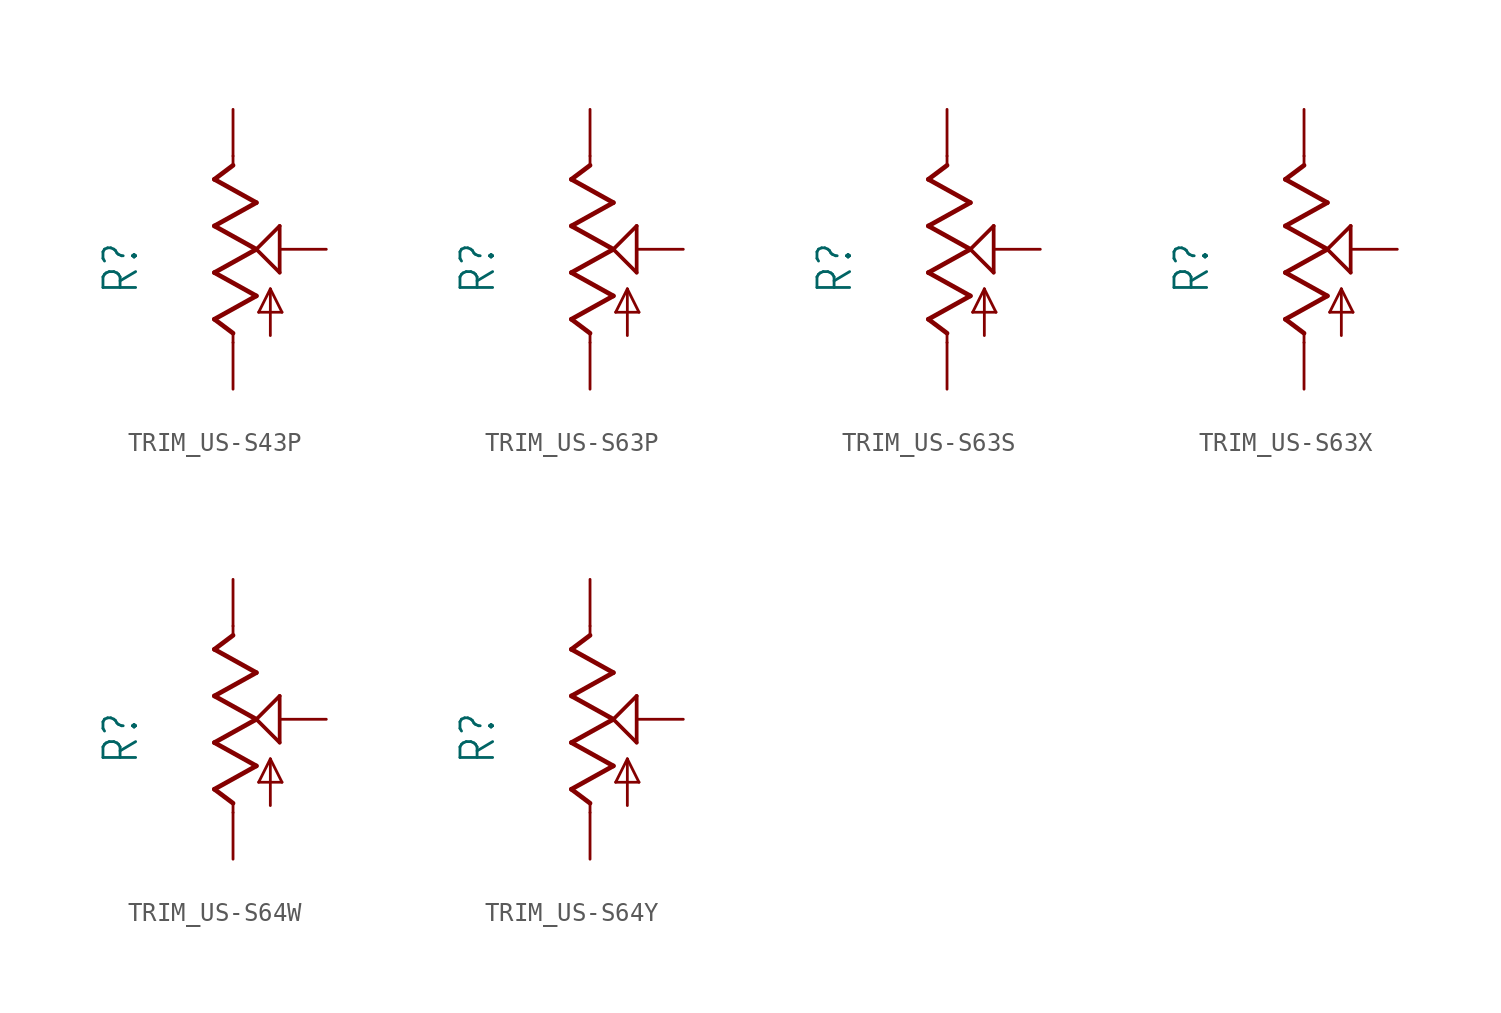
<source format=kicad_sym>
(kicad_symbol_lib
  (version 20231120)
  (generator "kicad_symbol_editor")
  (generator_version "8.0")
  (symbol "TRIM_US-S43P"
    (property "Reference" "R"
      (at -5.08 -2.54 90)
      (effects (font (size 1.778 1.511)) (justify left bottom)))
    (property "Value" ""
      (at -2.54 -2.54 90)
      (effects (font (size 1.778 1.511)) (justify left bottom)))
    (property "ki_locked" ""
      (at 0 0 0)
      (effects (font (size 1.27 1.27))))
    (symbol "TRIM_US-S43P_1_0"
      (polyline (pts (xy -1.016 -3.81) (xy 1.27 -2.54)) (stroke (width 0.254) (type solid)) (fill (type none)))
      (polyline (pts (xy -1.016 -1.27) (xy 1.27 0)) (stroke (width 0.254) (type solid)) (fill (type none)))
      (polyline (pts (xy -1.016 1.27) (xy 1.27 2.54)) (stroke (width 0.254) (type solid)) (fill (type none)))
      (polyline (pts (xy -1.016 3.81) (xy 0 4.572)) (stroke (width 0.254) (type solid)) (fill (type none)))
      (polyline (pts (xy 0 -5.08) (xy 0 -4.572)) (stroke (width 0.152) (type solid)) (fill (type none)))
      (polyline (pts (xy 0 -4.572) (xy -1.016 -3.81)) (stroke (width 0.254) (type solid)) (fill (type none)))
      (polyline (pts (xy 0 4.572) (xy 0 5.08)) (stroke (width 0.152) (type solid)) (fill (type none)))
      (polyline (pts (xy 1.27 -2.54) (xy -1.016 -1.27)) (stroke (width 0.254) (type solid)) (fill (type none)))
      (polyline (pts (xy 1.27 0) (xy -1.016 1.27)) (stroke (width 0.254) (type solid)) (fill (type none)))
      (polyline (pts (xy 1.27 0) (xy 2.54 1.27)) (stroke (width 0.203) (type solid)) (fill (type none)))
      (polyline (pts (xy 1.27 2.54) (xy -1.016 3.81)) (stroke (width 0.254) (type solid)) (fill (type none)))
      (polyline (pts (xy 1.397 -3.429) (xy 2.032 -2.159)) (stroke (width 0.152) (type solid)) (fill (type none)))
      (polyline (pts (xy 2.032 -4.699) (xy 2.032 -2.159)) (stroke (width 0.152) (type solid)) (fill (type none)))
      (polyline (pts (xy 2.032 -2.159) (xy 2.667 -3.429)) (stroke (width 0.152) (type solid)) (fill (type none)))
      (polyline (pts (xy 2.54 -1.27) (xy 1.27 0)) (stroke (width 0.203) (type solid)) (fill (type none)))
      (polyline (pts (xy 2.54 1.27) (xy 2.54 -1.27)) (stroke (width 0.203) (type solid)) (fill (type none)))
      (polyline (pts (xy 2.667 -3.429) (xy 1.397 -3.429)) (stroke (width 0.152) (type solid)) (fill (type none)))
      (pin passive line (at 0 -7.62 90) (length 2.54) (name "A" (effects (font (size 0 0)))) (number "A" (effects (font (size 0 0)))))
      (pin passive line (at 0 7.62 270) (length 2.54) (name "E" (effects (font (size 0 0)))) (number "E" (effects (font (size 0 0)))))
      (pin passive line (at 5.08 0 180) (length 2.54) (name "S" (effects (font (size 0 0)))) (number "S" (effects (font (size 0 0)))))))
  (symbol "TRIM_US-S63P"
    (property "Reference" "R"
      (at -5.08 -2.54 90)
      (effects (font (size 1.778 1.511)) (justify left bottom)))
    (property "Value" ""
      (at -2.54 -2.54 90)
      (effects (font (size 1.778 1.511)) (justify left bottom)))
    (property "ki_locked" ""
      (at 0 0 0)
      (effects (font (size 1.27 1.27))))
    (symbol "TRIM_US-S63P_1_0"
      (polyline (pts (xy -1.016 -3.81) (xy 1.27 -2.54)) (stroke (width 0.254) (type solid)) (fill (type none)))
      (polyline (pts (xy -1.016 -1.27) (xy 1.27 0)) (stroke (width 0.254) (type solid)) (fill (type none)))
      (polyline (pts (xy -1.016 1.27) (xy 1.27 2.54)) (stroke (width 0.254) (type solid)) (fill (type none)))
      (polyline (pts (xy -1.016 3.81) (xy 0 4.572)) (stroke (width 0.254) (type solid)) (fill (type none)))
      (polyline (pts (xy 0 -5.08) (xy 0 -4.572)) (stroke (width 0.152) (type solid)) (fill (type none)))
      (polyline (pts (xy 0 -4.572) (xy -1.016 -3.81)) (stroke (width 0.254) (type solid)) (fill (type none)))
      (polyline (pts (xy 0 4.572) (xy 0 5.08)) (stroke (width 0.152) (type solid)) (fill (type none)))
      (polyline (pts (xy 1.27 -2.54) (xy -1.016 -1.27)) (stroke (width 0.254) (type solid)) (fill (type none)))
      (polyline (pts (xy 1.27 0) (xy -1.016 1.27)) (stroke (width 0.254) (type solid)) (fill (type none)))
      (polyline (pts (xy 1.27 0) (xy 2.54 1.27)) (stroke (width 0.203) (type solid)) (fill (type none)))
      (polyline (pts (xy 1.27 2.54) (xy -1.016 3.81)) (stroke (width 0.254) (type solid)) (fill (type none)))
      (polyline (pts (xy 1.397 -3.429) (xy 2.032 -2.159)) (stroke (width 0.152) (type solid)) (fill (type none)))
      (polyline (pts (xy 2.032 -4.699) (xy 2.032 -2.159)) (stroke (width 0.152) (type solid)) (fill (type none)))
      (polyline (pts (xy 2.032 -2.159) (xy 2.667 -3.429)) (stroke (width 0.152) (type solid)) (fill (type none)))
      (polyline (pts (xy 2.54 -1.27) (xy 1.27 0)) (stroke (width 0.203) (type solid)) (fill (type none)))
      (polyline (pts (xy 2.54 1.27) (xy 2.54 -1.27)) (stroke (width 0.203) (type solid)) (fill (type none)))
      (polyline (pts (xy 2.667 -3.429) (xy 1.397 -3.429)) (stroke (width 0.152) (type solid)) (fill (type none)))
      (pin passive line (at 0 -7.62 90) (length 2.54) (name "A" (effects (font (size 0 0)))) (number "A" (effects (font (size 0 0)))))
      (pin passive line (at 0 7.62 270) (length 2.54) (name "E" (effects (font (size 0 0)))) (number "E" (effects (font (size 0 0)))))
      (pin passive line (at 5.08 0 180) (length 2.54) (name "S" (effects (font (size 0 0)))) (number "S" (effects (font (size 0 0)))))))
  (symbol "TRIM_US-S63S"
    (property "Reference" "R"
      (at -5.08 -2.54 90)
      (effects (font (size 1.778 1.511)) (justify left bottom)))
    (property "Value" ""
      (at -2.54 -2.54 90)
      (effects (font (size 1.778 1.511)) (justify left bottom)))
    (property "ki_locked" ""
      (at 0 0 0)
      (effects (font (size 1.27 1.27))))
    (symbol "TRIM_US-S63S_1_0"
      (polyline (pts (xy -1.016 -3.81) (xy 1.27 -2.54)) (stroke (width 0.254) (type solid)) (fill (type none)))
      (polyline (pts (xy -1.016 -1.27) (xy 1.27 0)) (stroke (width 0.254) (type solid)) (fill (type none)))
      (polyline (pts (xy -1.016 1.27) (xy 1.27 2.54)) (stroke (width 0.254) (type solid)) (fill (type none)))
      (polyline (pts (xy -1.016 3.81) (xy 0 4.572)) (stroke (width 0.254) (type solid)) (fill (type none)))
      (polyline (pts (xy 0 -5.08) (xy 0 -4.572)) (stroke (width 0.152) (type solid)) (fill (type none)))
      (polyline (pts (xy 0 -4.572) (xy -1.016 -3.81)) (stroke (width 0.254) (type solid)) (fill (type none)))
      (polyline (pts (xy 0 4.572) (xy 0 5.08)) (stroke (width 0.152) (type solid)) (fill (type none)))
      (polyline (pts (xy 1.27 -2.54) (xy -1.016 -1.27)) (stroke (width 0.254) (type solid)) (fill (type none)))
      (polyline (pts (xy 1.27 0) (xy -1.016 1.27)) (stroke (width 0.254) (type solid)) (fill (type none)))
      (polyline (pts (xy 1.27 0) (xy 2.54 1.27)) (stroke (width 0.203) (type solid)) (fill (type none)))
      (polyline (pts (xy 1.27 2.54) (xy -1.016 3.81)) (stroke (width 0.254) (type solid)) (fill (type none)))
      (polyline (pts (xy 1.397 -3.429) (xy 2.032 -2.159)) (stroke (width 0.152) (type solid)) (fill (type none)))
      (polyline (pts (xy 2.032 -4.699) (xy 2.032 -2.159)) (stroke (width 0.152) (type solid)) (fill (type none)))
      (polyline (pts (xy 2.032 -2.159) (xy 2.667 -3.429)) (stroke (width 0.152) (type solid)) (fill (type none)))
      (polyline (pts (xy 2.54 -1.27) (xy 1.27 0)) (stroke (width 0.203) (type solid)) (fill (type none)))
      (polyline (pts (xy 2.54 1.27) (xy 2.54 -1.27)) (stroke (width 0.203) (type solid)) (fill (type none)))
      (polyline (pts (xy 2.667 -3.429) (xy 1.397 -3.429)) (stroke (width 0.152) (type solid)) (fill (type none)))
      (pin passive line (at 0 -7.62 90) (length 2.54) (name "A" (effects (font (size 0 0)))) (number "A" (effects (font (size 0 0)))))
      (pin passive line (at 0 7.62 270) (length 2.54) (name "E" (effects (font (size 0 0)))) (number "E" (effects (font (size 0 0)))))
      (pin passive line (at 5.08 0 180) (length 2.54) (name "S" (effects (font (size 0 0)))) (number "S" (effects (font (size 0 0)))))))
  (symbol "TRIM_US-S63X"
    (property "Reference" "R"
      (at -5.08 -2.54 90)
      (effects (font (size 1.778 1.511)) (justify left bottom)))
    (property "Value" ""
      (at -2.54 -2.54 90)
      (effects (font (size 1.778 1.511)) (justify left bottom)))
    (property "ki_locked" ""
      (at 0 0 0)
      (effects (font (size 1.27 1.27))))
    (symbol "TRIM_US-S63X_1_0"
      (polyline (pts (xy -1.016 -3.81) (xy 1.27 -2.54)) (stroke (width 0.254) (type solid)) (fill (type none)))
      (polyline (pts (xy -1.016 -1.27) (xy 1.27 0)) (stroke (width 0.254) (type solid)) (fill (type none)))
      (polyline (pts (xy -1.016 1.27) (xy 1.27 2.54)) (stroke (width 0.254) (type solid)) (fill (type none)))
      (polyline (pts (xy -1.016 3.81) (xy 0 4.572)) (stroke (width 0.254) (type solid)) (fill (type none)))
      (polyline (pts (xy 0 -5.08) (xy 0 -4.572)) (stroke (width 0.152) (type solid)) (fill (type none)))
      (polyline (pts (xy 0 -4.572) (xy -1.016 -3.81)) (stroke (width 0.254) (type solid)) (fill (type none)))
      (polyline (pts (xy 0 4.572) (xy 0 5.08)) (stroke (width 0.152) (type solid)) (fill (type none)))
      (polyline (pts (xy 1.27 -2.54) (xy -1.016 -1.27)) (stroke (width 0.254) (type solid)) (fill (type none)))
      (polyline (pts (xy 1.27 0) (xy -1.016 1.27)) (stroke (width 0.254) (type solid)) (fill (type none)))
      (polyline (pts (xy 1.27 0) (xy 2.54 1.27)) (stroke (width 0.203) (type solid)) (fill (type none)))
      (polyline (pts (xy 1.27 2.54) (xy -1.016 3.81)) (stroke (width 0.254) (type solid)) (fill (type none)))
      (polyline (pts (xy 1.397 -3.429) (xy 2.032 -2.159)) (stroke (width 0.152) (type solid)) (fill (type none)))
      (polyline (pts (xy 2.032 -4.699) (xy 2.032 -2.159)) (stroke (width 0.152) (type solid)) (fill (type none)))
      (polyline (pts (xy 2.032 -2.159) (xy 2.667 -3.429)) (stroke (width 0.152) (type solid)) (fill (type none)))
      (polyline (pts (xy 2.54 -1.27) (xy 1.27 0)) (stroke (width 0.203) (type solid)) (fill (type none)))
      (polyline (pts (xy 2.54 1.27) (xy 2.54 -1.27)) (stroke (width 0.203) (type solid)) (fill (type none)))
      (polyline (pts (xy 2.667 -3.429) (xy 1.397 -3.429)) (stroke (width 0.152) (type solid)) (fill (type none)))
      (pin passive line (at 0 -7.62 90) (length 2.54) (name "A" (effects (font (size 0 0)))) (number "A" (effects (font (size 0 0)))))
      (pin passive line (at 0 7.62 270) (length 2.54) (name "E" (effects (font (size 0 0)))) (number "E" (effects (font (size 0 0)))))
      (pin passive line (at 5.08 0 180) (length 2.54) (name "S" (effects (font (size 0 0)))) (number "S" (effects (font (size 0 0)))))))
  (symbol "TRIM_US-S64W"
    (property "Reference" "R"
      (at -5.08 -2.54 90)
      (effects (font (size 1.778 1.511)) (justify left bottom)))
    (property "Value" ""
      (at -2.54 -2.54 90)
      (effects (font (size 1.778 1.511)) (justify left bottom)))
    (property "ki_locked" ""
      (at 0 0 0)
      (effects (font (size 1.27 1.27))))
    (symbol "TRIM_US-S64W_1_0"
      (polyline (pts (xy -1.016 -3.81) (xy 1.27 -2.54)) (stroke (width 0.254) (type solid)) (fill (type none)))
      (polyline (pts (xy -1.016 -1.27) (xy 1.27 0)) (stroke (width 0.254) (type solid)) (fill (type none)))
      (polyline (pts (xy -1.016 1.27) (xy 1.27 2.54)) (stroke (width 0.254) (type solid)) (fill (type none)))
      (polyline (pts (xy -1.016 3.81) (xy 0 4.572)) (stroke (width 0.254) (type solid)) (fill (type none)))
      (polyline (pts (xy 0 -5.08) (xy 0 -4.572)) (stroke (width 0.152) (type solid)) (fill (type none)))
      (polyline (pts (xy 0 -4.572) (xy -1.016 -3.81)) (stroke (width 0.254) (type solid)) (fill (type none)))
      (polyline (pts (xy 0 4.572) (xy 0 5.08)) (stroke (width 0.152) (type solid)) (fill (type none)))
      (polyline (pts (xy 1.27 -2.54) (xy -1.016 -1.27)) (stroke (width 0.254) (type solid)) (fill (type none)))
      (polyline (pts (xy 1.27 0) (xy -1.016 1.27)) (stroke (width 0.254) (type solid)) (fill (type none)))
      (polyline (pts (xy 1.27 0) (xy 2.54 1.27)) (stroke (width 0.203) (type solid)) (fill (type none)))
      (polyline (pts (xy 1.27 2.54) (xy -1.016 3.81)) (stroke (width 0.254) (type solid)) (fill (type none)))
      (polyline (pts (xy 1.397 -3.429) (xy 2.032 -2.159)) (stroke (width 0.152) (type solid)) (fill (type none)))
      (polyline (pts (xy 2.032 -4.699) (xy 2.032 -2.159)) (stroke (width 0.152) (type solid)) (fill (type none)))
      (polyline (pts (xy 2.032 -2.159) (xy 2.667 -3.429)) (stroke (width 0.152) (type solid)) (fill (type none)))
      (polyline (pts (xy 2.54 -1.27) (xy 1.27 0)) (stroke (width 0.203) (type solid)) (fill (type none)))
      (polyline (pts (xy 2.54 1.27) (xy 2.54 -1.27)) (stroke (width 0.203) (type solid)) (fill (type none)))
      (polyline (pts (xy 2.667 -3.429) (xy 1.397 -3.429)) (stroke (width 0.152) (type solid)) (fill (type none)))
      (pin passive line (at 0 -7.62 90) (length 2.54) (name "A" (effects (font (size 0 0)))) (number "A" (effects (font (size 0 0)))))
      (pin passive line (at 0 7.62 270) (length 2.54) (name "E" (effects (font (size 0 0)))) (number "E" (effects (font (size 0 0)))))
      (pin passive line (at 5.08 0 180) (length 2.54) (name "S" (effects (font (size 0 0)))) (number "S" (effects (font (size 0 0)))))))
  (symbol "TRIM_US-S64Y"
    (property "Reference" "R"
      (at -5.08 -2.54 90)
      (effects (font (size 1.778 1.511)) (justify left bottom)))
    (property "Value" ""
      (at -2.54 -2.54 90)
      (effects (font (size 1.778 1.511)) (justify left bottom)))
    (property "ki_locked" ""
      (at 0 0 0)
      (effects (font (size 1.27 1.27))))
    (symbol "TRIM_US-S64Y_1_0"
      (polyline (pts (xy -1.016 -3.81) (xy 1.27 -2.54)) (stroke (width 0.254) (type solid)) (fill (type none)))
      (polyline (pts (xy -1.016 -1.27) (xy 1.27 0)) (stroke (width 0.254) (type solid)) (fill (type none)))
      (polyline (pts (xy -1.016 1.27) (xy 1.27 2.54)) (stroke (width 0.254) (type solid)) (fill (type none)))
      (polyline (pts (xy -1.016 3.81) (xy 0 4.572)) (stroke (width 0.254) (type solid)) (fill (type none)))
      (polyline (pts (xy 0 -5.08) (xy 0 -4.572)) (stroke (width 0.152) (type solid)) (fill (type none)))
      (polyline (pts (xy 0 -4.572) (xy -1.016 -3.81)) (stroke (width 0.254) (type solid)) (fill (type none)))
      (polyline (pts (xy 0 4.572) (xy 0 5.08)) (stroke (width 0.152) (type solid)) (fill (type none)))
      (polyline (pts (xy 1.27 -2.54) (xy -1.016 -1.27)) (stroke (width 0.254) (type solid)) (fill (type none)))
      (polyline (pts (xy 1.27 0) (xy -1.016 1.27)) (stroke (width 0.254) (type solid)) (fill (type none)))
      (polyline (pts (xy 1.27 0) (xy 2.54 1.27)) (stroke (width 0.203) (type solid)) (fill (type none)))
      (polyline (pts (xy 1.27 2.54) (xy -1.016 3.81)) (stroke (width 0.254) (type solid)) (fill (type none)))
      (polyline (pts (xy 1.397 -3.429) (xy 2.032 -2.159)) (stroke (width 0.152) (type solid)) (fill (type none)))
      (polyline (pts (xy 2.032 -4.699) (xy 2.032 -2.159)) (stroke (width 0.152) (type solid)) (fill (type none)))
      (polyline (pts (xy 2.032 -2.159) (xy 2.667 -3.429)) (stroke (width 0.152) (type solid)) (fill (type none)))
      (polyline (pts (xy 2.54 -1.27) (xy 1.27 0)) (stroke (width 0.203) (type solid)) (fill (type none)))
      (polyline (pts (xy 2.54 1.27) (xy 2.54 -1.27)) (stroke (width 0.203) (type solid)) (fill (type none)))
      (polyline (pts (xy 2.667 -3.429) (xy 1.397 -3.429)) (stroke (width 0.152) (type solid)) (fill (type none)))
      (pin passive line (at 0 -7.62 90) (length 2.54) (name "A" (effects (font (size 0 0)))) (number "A" (effects (font (size 0 0)))))
      (pin passive line (at 0 7.62 270) (length 2.54) (name "E" (effects (font (size 0 0)))) (number "E" (effects (font (size 0 0)))))
      (pin passive line (at 5.08 0 180) (length 2.54) (name "S" (effects (font (size 0 0)))) (number "S" (effects (font (size 0 0))))))))
</source>
